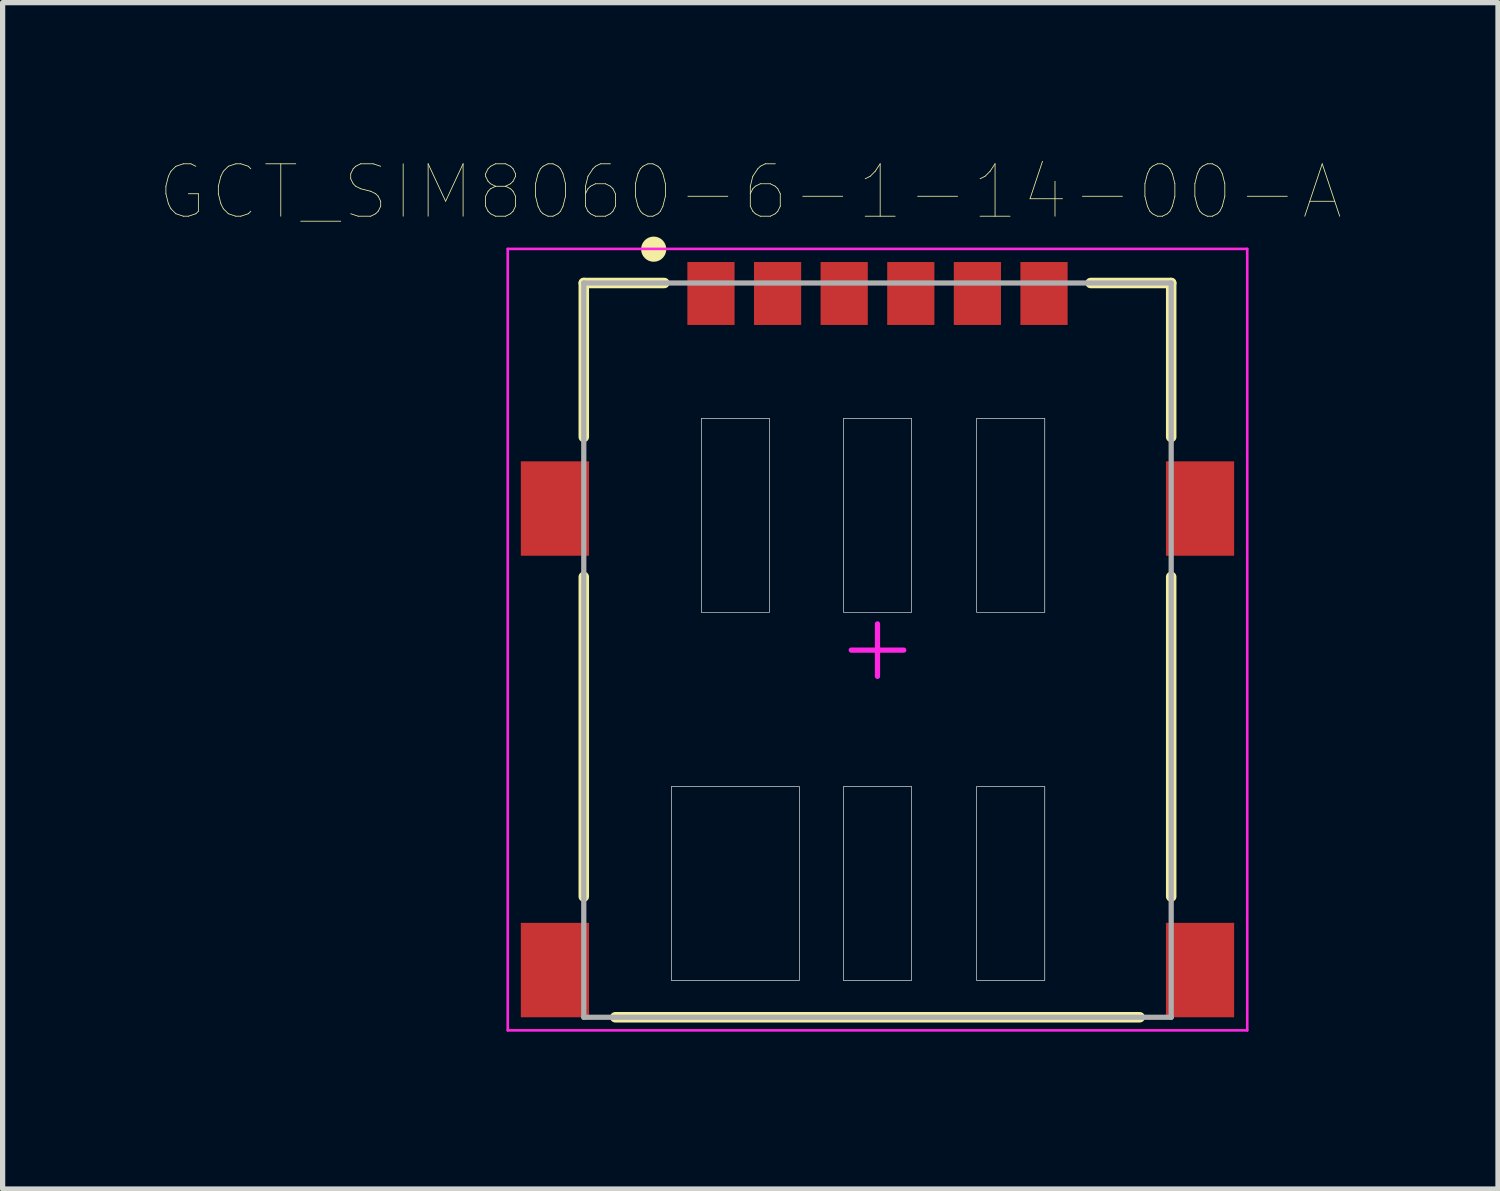
<source format=kicad_pcb>
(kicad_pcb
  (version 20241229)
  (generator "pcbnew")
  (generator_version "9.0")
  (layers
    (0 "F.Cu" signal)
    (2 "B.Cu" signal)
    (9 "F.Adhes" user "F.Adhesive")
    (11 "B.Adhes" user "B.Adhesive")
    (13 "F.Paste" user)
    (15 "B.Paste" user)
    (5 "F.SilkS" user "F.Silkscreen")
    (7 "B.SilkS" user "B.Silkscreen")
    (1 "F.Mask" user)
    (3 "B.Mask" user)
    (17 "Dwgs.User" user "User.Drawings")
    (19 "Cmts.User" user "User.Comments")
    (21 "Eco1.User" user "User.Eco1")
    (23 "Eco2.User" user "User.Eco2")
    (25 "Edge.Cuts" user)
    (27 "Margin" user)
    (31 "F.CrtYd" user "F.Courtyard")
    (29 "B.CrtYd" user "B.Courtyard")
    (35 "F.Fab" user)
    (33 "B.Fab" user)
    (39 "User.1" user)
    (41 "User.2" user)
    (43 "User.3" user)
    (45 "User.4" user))
  (footprint "GCT_SIM8060-6-1-14-00-A"
    (layer "F.Cu")
    (at 13.681 9.346)
    (property "Reference" "GCT_SIM8060-6-1-14-00-A" (at -2.425 -8.735 0) (layer "F.SilkS") (effects (font (size 1 1) (thickness 0.015))))
    (attr through_hole)
    (fp_line (start -5.6 -7) (end -4.064 -7) (stroke (width 0.2) (type solid)) (layer "F.SilkS"))
    (fp_line (start -5.6 -4.064) (end -5.6 -7) (stroke (width 0.2) (type solid)) (layer "F.SilkS"))
    (fp_line (start -5.6 -1.397) (end -5.6 4.699) (stroke (width 0.2) (type solid)) (layer "F.SilkS"))
    (fp_line (start -5 7) (end 5 7) (stroke (width 0.2) (type solid)) (layer "F.SilkS"))
    (fp_line (start 4.064 -7) (end 5.6 -7) (stroke (width 0.2) (type solid)) (layer "F.SilkS"))
    (fp_line (start 5.6 -7) (end 5.6 -4.064) (stroke (width 0.2) (type solid)) (layer "F.SilkS"))
    (fp_line (start 5.6 4.699) (end 5.6 -1.397) (stroke (width 0.2) (type solid)) (layer "F.SilkS"))
    (fp_circle (center -4.267 -7.645) (end -4.147 -7.645) (stroke (width 0.24) (type solid)) (fill no) (layer "F.SilkS"))
    (fp_poly (pts (xy -3.93 2.6) (xy -1.49 2.6) (xy -1.49 6.3) (xy -3.93 6.3)) (stroke (width 0.01) (type solid)) (fill no) (layer "Dwgs.User"))
    (fp_poly (pts (xy -3.93 2.6) (xy -1.49 2.6) (xy -1.49 6.3) (xy -3.93 6.3)) (stroke (width 0.01) (type solid)) (fill no) (layer "Dwgs.User"))
    (fp_poly (pts (xy -3.36 -4.42) (xy -2.06 -4.42) (xy -2.06 -0.72) (xy -3.36 -0.72)) (stroke (width 0.01) (type solid)) (fill no) (layer "Dwgs.User"))
    (fp_poly (pts (xy -3.36 -4.42) (xy -2.06 -4.42) (xy -2.06 -0.72) (xy -3.36 -0.72)) (stroke (width 0.01) (type solid)) (fill no) (layer "Dwgs.User"))
    (fp_poly (pts (xy -0.65 -4.42) (xy 0.65 -4.42) (xy 0.65 -0.72) (xy -0.65 -0.72)) (stroke (width 0.01) (type solid)) (fill no) (layer "Dwgs.User"))
    (fp_poly (pts (xy -0.65 -4.42) (xy 0.65 -4.42) (xy 0.65 -0.72) (xy -0.65 -0.72)) (stroke (width 0.01) (type solid)) (fill no) (layer "Dwgs.User"))
    (fp_poly (pts (xy -0.65 2.6) (xy 0.65 2.6) (xy 0.65 6.3) (xy -0.65 6.3)) (stroke (width 0.01) (type solid)) (fill no) (layer "Dwgs.User"))
    (fp_poly (pts (xy -0.65 2.6) (xy 0.65 2.6) (xy 0.65 6.3) (xy -0.65 6.3)) (stroke (width 0.01) (type solid)) (fill no) (layer "Dwgs.User"))
    (fp_poly (pts (xy 1.89 -4.42) (xy 3.19 -4.42) (xy 3.19 -0.72) (xy 1.89 -0.72)) (stroke (width 0.01) (type solid)) (fill no) (layer "Dwgs.User"))
    (fp_poly (pts (xy 1.89 -4.42) (xy 3.19 -4.42) (xy 3.19 -0.72) (xy 1.89 -0.72)) (stroke (width 0.01) (type solid)) (fill no) (layer "Dwgs.User"))
    (fp_poly (pts (xy 1.89 2.6) (xy 3.19 2.6) (xy 3.19 6.3) (xy 1.89 6.3)) (stroke (width 0.01) (type solid)) (fill no) (layer "Dwgs.User"))
    (fp_poly (pts (xy 1.89 2.6) (xy 3.19 2.6) (xy 3.19 6.3) (xy 1.89 6.3)) (stroke (width 0.01) (type solid)) (fill no) (layer "Dwgs.User"))
    (fp_line (start -7.05 -7.65) (end 7.05 -7.65) (stroke (width 0.05) (type solid)) (layer "F.CrtYd"))
    (fp_line (start -7.05 7.25) (end -7.05 -7.65) (stroke (width 0.05) (type solid)) (layer "F.CrtYd"))
    (fp_line (start -0.5 0) (end 0.5 0) (stroke (width 0.1) (type solid)) (layer "F.CrtYd"))
    (fp_line (start 0 -0.5) (end 0 0.5) (stroke (width 0.1) (type solid)) (layer "F.CrtYd"))
    (fp_line (start 7.05 -7.65) (end 7.05 7.25) (stroke (width 0.05) (type solid)) (layer "F.CrtYd"))
    (fp_line (start 7.05 7.25) (end -7.05 7.25) (stroke (width 0.05) (type solid)) (layer "F.CrtYd"))
    (fp_line (start -5.6 -7) (end 5.6 -7) (stroke (width 0.1) (type solid)) (layer "F.Fab"))
    (fp_line (start -5.6 7) (end -5.6 -7) (stroke (width 0.1) (type solid)) (layer "F.Fab"))
    (fp_line (start 5.6 -7) (end 5.6 7) (stroke (width 0.1) (type solid)) (layer "F.Fab"))
    (fp_line (start 5.6 7) (end -5.6 7) (stroke (width 0.1) (type solid)) (layer "F.Fab"))
    (pad "C1" smd rect (at -3.175 -6.8) (size 0.9 1.2) (layers "F.Cu" "F.Mask" "F.Paste"))
    (pad "C2" smd rect (at -0.635 -6.8) (size 0.9 1.2) (layers "F.Cu" "F.Mask" "F.Paste"))
    (pad "C3" smd rect (at 1.905 -6.8) (size 0.9 1.2) (layers "F.Cu" "F.Mask" "F.Paste"))
    (pad "C5" smd rect (at -1.905 -6.8) (size 0.9 1.2) (layers "F.Cu" "F.Mask" "F.Paste"))
    (pad "C6" smd rect (at 0.635 -6.8) (size 0.9 1.2) (layers "F.Cu" "F.Mask" "F.Paste"))
    (pad "C7" smd rect (at 3.175 -6.8) (size 0.9 1.2) (layers "F.Cu" "F.Mask" "F.Paste"))
    (pad "S1" smd rect (at -6.15 -2.7) (size 1.3 1.8) (layers "F.Cu" "F.Mask" "F.Paste"))
    (pad "S2" smd rect (at 6.15 -2.7) (size 1.3 1.8) (layers "F.Cu" "F.Mask" "F.Paste"))
    (pad "S3" smd rect (at 6.15 6.1) (size 1.3 1.8) (layers "F.Cu" "F.Mask" "F.Paste"))
    (pad "SW" smd rect (at -6.15 6.1) (size 1.3 1.8) (layers "F.Cu" "F.Mask" "F.Paste")))
  (gr_rect
    (start -3 -3)
    (end 25.512 19.621)
    (stroke (width 0.1) (type default))
    (fill no)
    (layer "Edge.Cuts")))
</source>
